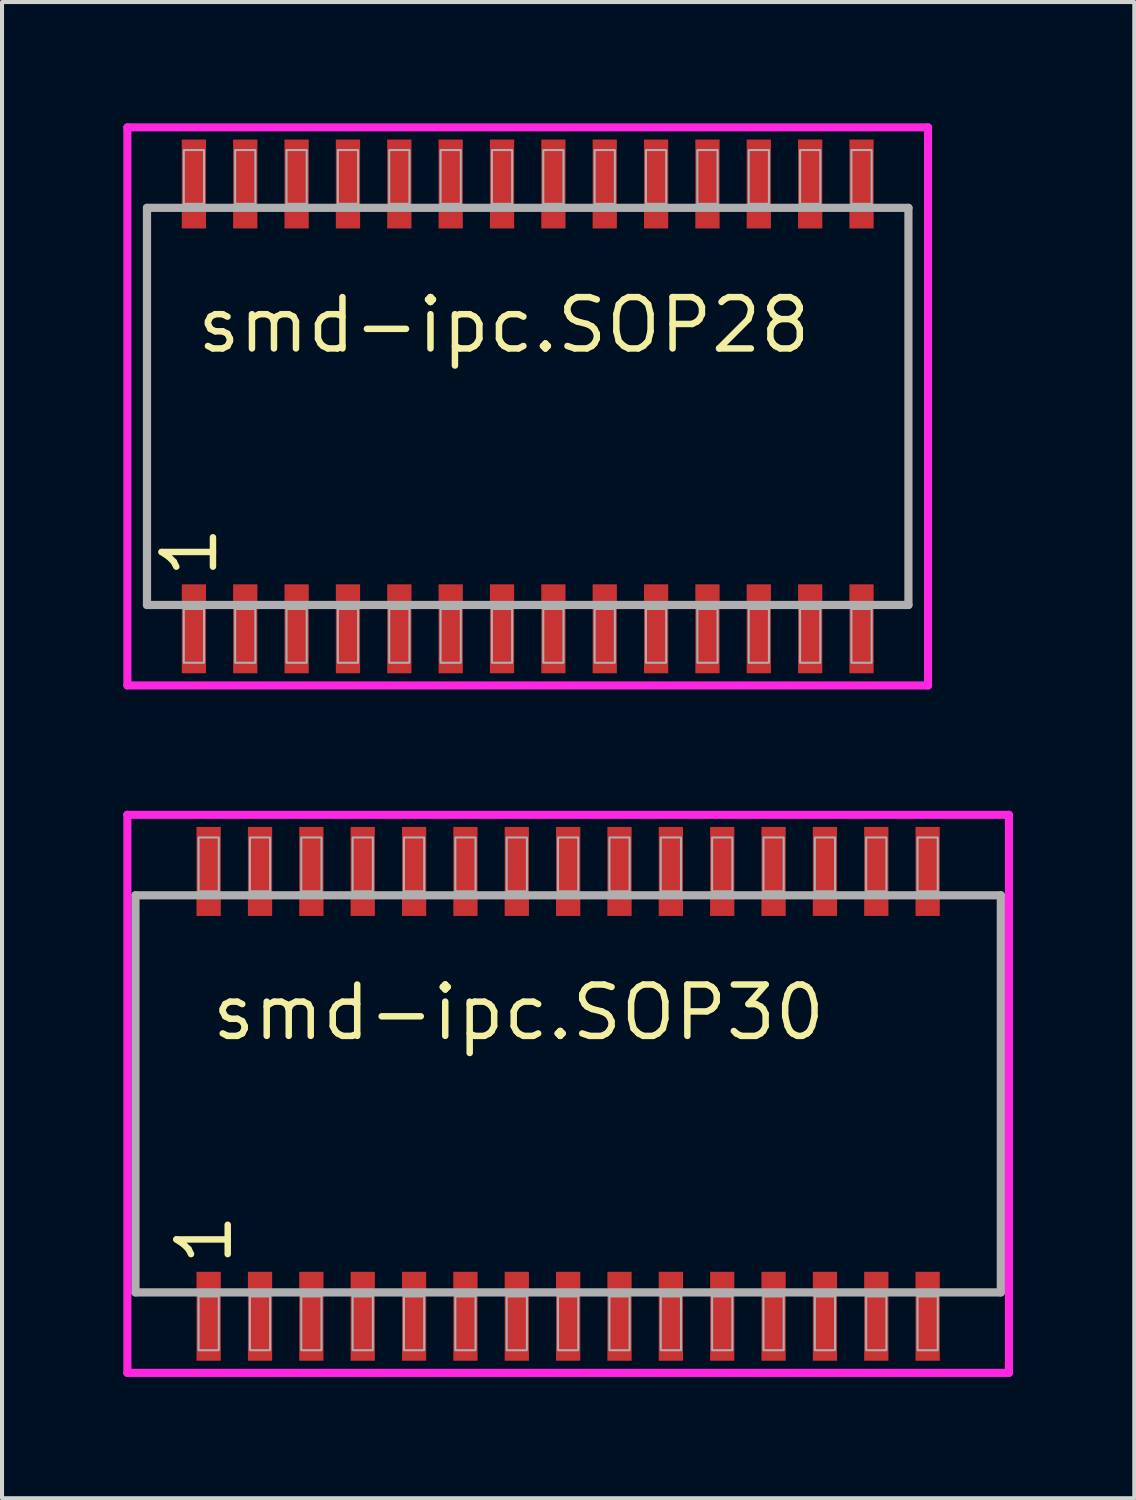
<source format=kicad_pcb>
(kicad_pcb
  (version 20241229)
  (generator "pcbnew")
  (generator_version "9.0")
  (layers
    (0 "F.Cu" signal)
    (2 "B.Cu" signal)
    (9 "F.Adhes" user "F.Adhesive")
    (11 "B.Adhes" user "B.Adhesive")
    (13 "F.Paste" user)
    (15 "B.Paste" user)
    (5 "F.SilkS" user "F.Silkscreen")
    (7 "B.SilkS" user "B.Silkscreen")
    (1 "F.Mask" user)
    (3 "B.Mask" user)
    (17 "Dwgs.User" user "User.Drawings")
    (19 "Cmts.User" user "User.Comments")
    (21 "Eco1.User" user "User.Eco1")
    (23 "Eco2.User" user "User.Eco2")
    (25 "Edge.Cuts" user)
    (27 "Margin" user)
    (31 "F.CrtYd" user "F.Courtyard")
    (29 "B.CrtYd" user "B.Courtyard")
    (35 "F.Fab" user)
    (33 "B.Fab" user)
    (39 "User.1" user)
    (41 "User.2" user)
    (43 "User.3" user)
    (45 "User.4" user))
  (footprint "smd-ipc.SOP30"
    (layer "F.Cu")
    (at 11 24)
    (property "Reference" "smd-ipc.SOP30" (at -8.89 -1.27 0) (layer "F.SilkS") (effects (font (size 1.27 1.27) (thickness 0.16)) (justify left bottom)))
    (attr smd)
    (fp_line (start -10.9 -6.9) (end 10.9 -6.9) (stroke (width 0.2) (type default)) (layer "F.CrtYd"))
    (fp_line (start -10.9 6.9) (end -10.9 -6.9) (stroke (width 0.2) (type default)) (layer "F.CrtYd"))
    (fp_line (start 10.9 -6.9) (end 10.9 6.9) (stroke (width 0.2) (type default)) (layer "F.CrtYd"))
    (fp_line (start 10.9 6.9) (end -10.9 6.9) (stroke (width 0.2) (type default)) (layer "F.CrtYd"))
    (fp_line (start -10.7 -4.91) (end 10.7 -4.91) (stroke (width 0.203) (type default)) (layer "F.Fab"))
    (fp_line (start -10.7 4.91) (end -10.7 -4.91) (stroke (width 0.203) (type default)) (layer "F.Fab"))
    (fp_line (start 10.7 -4.91) (end 10.7 4.91) (stroke (width 0.203) (type default)) (layer "F.Fab"))
    (fp_line (start 10.7 4.91) (end -10.7 4.91) (stroke (width 0.203) (type default)) (layer "F.Fab"))
    (fp_rect (start -9.14 -5.01) (end -8.64 -6.34) (stroke (width 0.05) (type default)) (fill no) (layer "F.Fab"))
    (fp_rect (start -9.14 6.34) (end -8.64 5.01) (stroke (width 0.05) (type default)) (fill no) (layer "F.Fab"))
    (fp_rect (start -7.87 -5.01) (end -7.37 -6.34) (stroke (width 0.05) (type default)) (fill no) (layer "F.Fab"))
    (fp_rect (start -7.87 6.34) (end -7.37 5.01) (stroke (width 0.05) (type default)) (fill no) (layer "F.Fab"))
    (fp_rect (start -6.6 -5.01) (end -6.1 -6.34) (stroke (width 0.05) (type default)) (fill no) (layer "F.Fab"))
    (fp_rect (start -6.6 6.34) (end -6.1 5.01) (stroke (width 0.05) (type default)) (fill no) (layer "F.Fab"))
    (fp_rect (start -5.33 -5.01) (end -4.83 -6.34) (stroke (width 0.05) (type default)) (fill no) (layer "F.Fab"))
    (fp_rect (start -5.33 6.34) (end -4.83 5.01) (stroke (width 0.05) (type default)) (fill no) (layer "F.Fab"))
    (fp_rect (start -4.06 -5.01) (end -3.56 -6.34) (stroke (width 0.05) (type default)) (fill no) (layer "F.Fab"))
    (fp_rect (start -4.06 6.34) (end -3.56 5.01) (stroke (width 0.05) (type default)) (fill no) (layer "F.Fab"))
    (fp_rect (start -2.79 -5.01) (end -2.29 -6.34) (stroke (width 0.05) (type default)) (fill no) (layer "F.Fab"))
    (fp_rect (start -2.79 6.34) (end -2.29 5.01) (stroke (width 0.05) (type default)) (fill no) (layer "F.Fab"))
    (fp_rect (start -1.52 -5.01) (end -1.02 -6.34) (stroke (width 0.05) (type default)) (fill no) (layer "F.Fab"))
    (fp_rect (start -1.52 6.34) (end -1.02 5.01) (stroke (width 0.05) (type default)) (fill no) (layer "F.Fab"))
    (fp_rect (start -0.25 -5.01) (end 0.25 -6.34) (stroke (width 0.05) (type default)) (fill no) (layer "F.Fab"))
    (fp_rect (start -0.25 6.34) (end 0.25 5.01) (stroke (width 0.05) (type default)) (fill no) (layer "F.Fab"))
    (fp_rect (start 1.02 -5.01) (end 1.52 -6.34) (stroke (width 0.05) (type default)) (fill no) (layer "F.Fab"))
    (fp_rect (start 1.02 6.34) (end 1.52 5.01) (stroke (width 0.05) (type default)) (fill no) (layer "F.Fab"))
    (fp_rect (start 2.29 -5.01) (end 2.79 -6.34) (stroke (width 0.05) (type default)) (fill no) (layer "F.Fab"))
    (fp_rect (start 2.29 6.34) (end 2.79 5.01) (stroke (width 0.05) (type default)) (fill no) (layer "F.Fab"))
    (fp_rect (start 3.56 -5.01) (end 4.06 -6.34) (stroke (width 0.05) (type default)) (fill no) (layer "F.Fab"))
    (fp_rect (start 3.56 6.34) (end 4.06 5.01) (stroke (width 0.05) (type default)) (fill no) (layer "F.Fab"))
    (fp_rect (start 4.83 -5.01) (end 5.33 -6.34) (stroke (width 0.05) (type default)) (fill no) (layer "F.Fab"))
    (fp_rect (start 4.83 6.34) (end 5.33 5.01) (stroke (width 0.05) (type default)) (fill no) (layer "F.Fab"))
    (fp_rect (start 6.1 -5.01) (end 6.6 -6.34) (stroke (width 0.05) (type default)) (fill no) (layer "F.Fab"))
    (fp_rect (start 6.1 6.34) (end 6.6 5.01) (stroke (width 0.05) (type default)) (fill no) (layer "F.Fab"))
    (fp_rect (start 7.37 -5.01) (end 7.87 -6.34) (stroke (width 0.05) (type default)) (fill no) (layer "F.Fab"))
    (fp_rect (start 7.37 6.34) (end 7.87 5.01) (stroke (width 0.05) (type default)) (fill no) (layer "F.Fab"))
    (fp_rect (start 8.64 -5.01) (end 9.14 -6.34) (stroke (width 0.05) (type default)) (fill no) (layer "F.Fab"))
    (fp_rect (start 8.64 6.34) (end 9.14 5.01) (stroke (width 0.05) (type default)) (fill no) (layer "F.Fab"))
    (fp_text user "1" (at -8.255 4.31 90) (layer "F.SilkS") (effects (font (size 1.27 1.27) (thickness 0.16)) (justify left bottom)))
    (pad "1" smd roundrect (at -8.89 5.5) (size 0.6 2.2) (layers "F.Cu" "F.Mask" "F.Paste") (roundrect_rratio 0.01))
    (pad "2" smd roundrect (at -7.62 5.5) (size 0.6 2.2) (layers "F.Cu" "F.Mask" "F.Paste") (roundrect_rratio 0.01))
    (pad "3" smd roundrect (at -6.35 5.5) (size 0.6 2.2) (layers "F.Cu" "F.Mask" "F.Paste") (roundrect_rratio 0.01))
    (pad "4" smd roundrect (at -5.08 5.5) (size 0.6 2.2) (layers "F.Cu" "F.Mask" "F.Paste") (roundrect_rratio 0.01))
    (pad "5" smd roundrect (at -3.81 5.5) (size 0.6 2.2) (layers "F.Cu" "F.Mask" "F.Paste") (roundrect_rratio 0.01))
    (pad "6" smd roundrect (at -2.54 5.5) (size 0.6 2.2) (layers "F.Cu" "F.Mask" "F.Paste") (roundrect_rratio 0.01))
    (pad "7" smd roundrect (at -1.27 5.5) (size 0.6 2.2) (layers "F.Cu" "F.Mask" "F.Paste") (roundrect_rratio 0.01))
    (pad "8" smd roundrect (at 0 5.5) (size 0.6 2.2) (layers "F.Cu" "F.Mask" "F.Paste") (roundrect_rratio 0.01))
    (pad "9" smd roundrect (at 1.27 5.5) (size 0.6 2.2) (layers "F.Cu" "F.Mask" "F.Paste") (roundrect_rratio 0.01))
    (pad "10" smd roundrect (at 2.54 5.5) (size 0.6 2.2) (layers "F.Cu" "F.Mask" "F.Paste") (roundrect_rratio 0.01))
    (pad "11" smd roundrect (at 3.81 5.5) (size 0.6 2.2) (layers "F.Cu" "F.Mask" "F.Paste") (roundrect_rratio 0.01))
    (pad "12" smd roundrect (at 5.08 5.5) (size 0.6 2.2) (layers "F.Cu" "F.Mask" "F.Paste") (roundrect_rratio 0.01))
    (pad "13" smd roundrect (at 6.35 5.5) (size 0.6 2.2) (layers "F.Cu" "F.Mask" "F.Paste") (roundrect_rratio 0.01))
    (pad "14" smd roundrect (at 7.62 5.5) (size 0.6 2.2) (layers "F.Cu" "F.Mask" "F.Paste") (roundrect_rratio 0.01))
    (pad "15" smd roundrect (at 8.89 5.5) (size 0.6 2.2) (layers "F.Cu" "F.Mask" "F.Paste") (roundrect_rratio 0.01))
    (pad "16" smd roundrect (at 8.89 -5.5) (size 0.6 2.2) (layers "F.Cu" "F.Mask" "F.Paste") (roundrect_rratio 0.01))
    (pad "17" smd roundrect (at 7.62 -5.5) (size 0.6 2.2) (layers "F.Cu" "F.Mask" "F.Paste") (roundrect_rratio 0.01))
    (pad "18" smd roundrect (at 6.35 -5.5) (size 0.6 2.2) (layers "F.Cu" "F.Mask" "F.Paste") (roundrect_rratio 0.01))
    (pad "19" smd roundrect (at 5.08 -5.5) (size 0.6 2.2) (layers "F.Cu" "F.Mask" "F.Paste") (roundrect_rratio 0.01))
    (pad "20" smd roundrect (at 3.81 -5.5) (size 0.6 2.2) (layers "F.Cu" "F.Mask" "F.Paste") (roundrect_rratio 0.01))
    (pad "21" smd roundrect (at 2.54 -5.5) (size 0.6 2.2) (layers "F.Cu" "F.Mask" "F.Paste") (roundrect_rratio 0.01))
    (pad "22" smd roundrect (at 1.27 -5.5) (size 0.6 2.2) (layers "F.Cu" "F.Mask" "F.Paste") (roundrect_rratio 0.01))
    (pad "23" smd roundrect (at 0 -5.5) (size 0.6 2.2) (layers "F.Cu" "F.Mask" "F.Paste") (roundrect_rratio 0.01))
    (pad "24" smd roundrect (at -1.27 -5.5) (size 0.6 2.2) (layers "F.Cu" "F.Mask" "F.Paste") (roundrect_rratio 0.01))
    (pad "25" smd roundrect (at -2.54 -5.5) (size 0.6 2.2) (layers "F.Cu" "F.Mask" "F.Paste") (roundrect_rratio 0.01))
    (pad "26" smd roundrect (at -3.81 -5.5) (size 0.6 2.2) (layers "F.Cu" "F.Mask" "F.Paste") (roundrect_rratio 0.01))
    (pad "27" smd roundrect (at -5.08 -5.5) (size 0.6 2.2) (layers "F.Cu" "F.Mask" "F.Paste") (roundrect_rratio 0.01))
    (pad "28" smd roundrect (at -6.35 -5.5) (size 0.6 2.2) (layers "F.Cu" "F.Mask" "F.Paste") (roundrect_rratio 0.01))
    (pad "29" smd roundrect (at -7.62 -5.5) (size 0.6 2.2) (layers "F.Cu" "F.Mask" "F.Paste") (roundrect_rratio 0.01))
    (pad "30" smd roundrect (at -8.89 -5.5) (size 0.6 2.2) (layers "F.Cu" "F.Mask" "F.Paste") (roundrect_rratio 0.01)))
  (footprint "smd-ipc.SOP28"
    (layer "F.Cu")
    (at 10 7)
    (property "Reference" "smd-ipc.SOP28" (at -8.255 -1.27 0) (layer "F.SilkS") (effects (font (size 1.27 1.27) (thickness 0.16)) (justify left bottom)))
    (attr smd)
    (fp_line (start -9.9 -6.9) (end 9.9 -6.9) (stroke (width 0.2) (type default)) (layer "F.CrtYd"))
    (fp_line (start -9.9 6.9) (end -9.9 -6.9) (stroke (width 0.2) (type default)) (layer "F.CrtYd"))
    (fp_line (start 9.9 -6.9) (end 9.9 6.9) (stroke (width 0.2) (type default)) (layer "F.CrtYd"))
    (fp_line (start 9.9 6.9) (end -9.9 6.9) (stroke (width 0.2) (type default)) (layer "F.CrtYd"))
    (fp_line (start -9.415 -4.91) (end 9.415 -4.91) (stroke (width 0.203) (type default)) (layer "F.Fab"))
    (fp_line (start -9.415 4.91) (end -9.415 -4.91) (stroke (width 0.203) (type default)) (layer "F.Fab"))
    (fp_line (start 9.415 -4.91) (end 9.415 4.91) (stroke (width 0.203) (type default)) (layer "F.Fab"))
    (fp_line (start 9.415 4.91) (end -9.415 4.91) (stroke (width 0.203) (type default)) (layer "F.Fab"))
    (fp_rect (start -8.505 -5.01) (end -8.005 -6.34) (stroke (width 0.05) (type default)) (fill no) (layer "F.Fab"))
    (fp_rect (start -8.505 6.34) (end -8.005 5.01) (stroke (width 0.05) (type default)) (fill no) (layer "F.Fab"))
    (fp_rect (start -7.235 -5.01) (end -6.735 -6.34) (stroke (width 0.05) (type default)) (fill no) (layer "F.Fab"))
    (fp_rect (start -7.235 6.34) (end -6.735 5.01) (stroke (width 0.05) (type default)) (fill no) (layer "F.Fab"))
    (fp_rect (start -5.965 -5.01) (end -5.465 -6.34) (stroke (width 0.05) (type default)) (fill no) (layer "F.Fab"))
    (fp_rect (start -5.965 6.34) (end -5.465 5.01) (stroke (width 0.05) (type default)) (fill no) (layer "F.Fab"))
    (fp_rect (start -4.695 -5.01) (end -4.195 -6.34) (stroke (width 0.05) (type default)) (fill no) (layer "F.Fab"))
    (fp_rect (start -4.695 6.34) (end -4.195 5.01) (stroke (width 0.05) (type default)) (fill no) (layer "F.Fab"))
    (fp_rect (start -3.425 -5.01) (end -2.925 -6.34) (stroke (width 0.05) (type default)) (fill no) (layer "F.Fab"))
    (fp_rect (start -3.425 6.34) (end -2.925 5.01) (stroke (width 0.05) (type default)) (fill no) (layer "F.Fab"))
    (fp_rect (start -2.155 -5.01) (end -1.655 -6.34) (stroke (width 0.05) (type default)) (fill no) (layer "F.Fab"))
    (fp_rect (start -2.155 6.34) (end -1.655 5.01) (stroke (width 0.05) (type default)) (fill no) (layer "F.Fab"))
    (fp_rect (start -0.885 -5.01) (end -0.385 -6.34) (stroke (width 0.05) (type default)) (fill no) (layer "F.Fab"))
    (fp_rect (start -0.885 6.34) (end -0.385 5.01) (stroke (width 0.05) (type default)) (fill no) (layer "F.Fab"))
    (fp_rect (start 0.385 -5.01) (end 0.885 -6.34) (stroke (width 0.05) (type default)) (fill no) (layer "F.Fab"))
    (fp_rect (start 0.385 6.34) (end 0.885 5.01) (stroke (width 0.05) (type default)) (fill no) (layer "F.Fab"))
    (fp_rect (start 1.655 -5.01) (end 2.155 -6.34) (stroke (width 0.05) (type default)) (fill no) (layer "F.Fab"))
    (fp_rect (start 1.655 6.34) (end 2.155 5.01) (stroke (width 0.05) (type default)) (fill no) (layer "F.Fab"))
    (fp_rect (start 2.925 -5.01) (end 3.425 -6.34) (stroke (width 0.05) (type default)) (fill no) (layer "F.Fab"))
    (fp_rect (start 2.925 6.34) (end 3.425 5.01) (stroke (width 0.05) (type default)) (fill no) (layer "F.Fab"))
    (fp_rect (start 4.195 -5.01) (end 4.695 -6.34) (stroke (width 0.05) (type default)) (fill no) (layer "F.Fab"))
    (fp_rect (start 4.195 6.34) (end 4.695 5.01) (stroke (width 0.05) (type default)) (fill no) (layer "F.Fab"))
    (fp_rect (start 5.465 -5.01) (end 5.965 -6.34) (stroke (width 0.05) (type default)) (fill no) (layer "F.Fab"))
    (fp_rect (start 5.465 6.34) (end 5.965 5.01) (stroke (width 0.05) (type default)) (fill no) (layer "F.Fab"))
    (fp_rect (start 6.735 -5.01) (end 7.235 -6.34) (stroke (width 0.05) (type default)) (fill no) (layer "F.Fab"))
    (fp_rect (start 6.735 6.34) (end 7.235 5.01) (stroke (width 0.05) (type default)) (fill no) (layer "F.Fab"))
    (fp_rect (start 8.005 -5.01) (end 8.505 -6.34) (stroke (width 0.05) (type default)) (fill no) (layer "F.Fab"))
    (fp_rect (start 8.005 6.34) (end 8.505 5.01) (stroke (width 0.05) (type default)) (fill no) (layer "F.Fab"))
    (fp_text user "1" (at -7.62 4.31 90) (layer "F.SilkS") (effects (font (size 1.27 1.27) (thickness 0.16)) (justify left bottom)))
    (pad "1" smd roundrect (at -8.255 5.5) (size 0.6 2.2) (layers "F.Cu" "F.Mask" "F.Paste") (roundrect_rratio 0.01))
    (pad "2" smd roundrect (at -6.985 5.5) (size 0.6 2.2) (layers "F.Cu" "F.Mask" "F.Paste") (roundrect_rratio 0.01))
    (pad "3" smd roundrect (at -5.715 5.5) (size 0.6 2.2) (layers "F.Cu" "F.Mask" "F.Paste") (roundrect_rratio 0.01))
    (pad "4" smd roundrect (at -4.445 5.5) (size 0.6 2.2) (layers "F.Cu" "F.Mask" "F.Paste") (roundrect_rratio 0.01))
    (pad "5" smd roundrect (at -3.175 5.5) (size 0.6 2.2) (layers "F.Cu" "F.Mask" "F.Paste") (roundrect_rratio 0.01))
    (pad "6" smd roundrect (at -1.905 5.5) (size 0.6 2.2) (layers "F.Cu" "F.Mask" "F.Paste") (roundrect_rratio 0.01))
    (pad "7" smd roundrect (at -0.635 5.5) (size 0.6 2.2) (layers "F.Cu" "F.Mask" "F.Paste") (roundrect_rratio 0.01))
    (pad "8" smd roundrect (at 0.635 5.5) (size 0.6 2.2) (layers "F.Cu" "F.Mask" "F.Paste") (roundrect_rratio 0.01))
    (pad "9" smd roundrect (at 1.905 5.5) (size 0.6 2.2) (layers "F.Cu" "F.Mask" "F.Paste") (roundrect_rratio 0.01))
    (pad "10" smd roundrect (at 3.175 5.5) (size 0.6 2.2) (layers "F.Cu" "F.Mask" "F.Paste") (roundrect_rratio 0.01))
    (pad "11" smd roundrect (at 4.445 5.5) (size 0.6 2.2) (layers "F.Cu" "F.Mask" "F.Paste") (roundrect_rratio 0.01))
    (pad "12" smd roundrect (at 5.715 5.5) (size 0.6 2.2) (layers "F.Cu" "F.Mask" "F.Paste") (roundrect_rratio 0.01))
    (pad "13" smd roundrect (at 6.985 5.5) (size 0.6 2.2) (layers "F.Cu" "F.Mask" "F.Paste") (roundrect_rratio 0.01))
    (pad "14" smd roundrect (at 8.255 5.5) (size 0.6 2.2) (layers "F.Cu" "F.Mask" "F.Paste") (roundrect_rratio 0.01))
    (pad "15" smd roundrect (at 8.255 -5.5) (size 0.6 2.2) (layers "F.Cu" "F.Mask" "F.Paste") (roundrect_rratio 0.01))
    (pad "16" smd roundrect (at 6.985 -5.5) (size 0.6 2.2) (layers "F.Cu" "F.Mask" "F.Paste") (roundrect_rratio 0.01))
    (pad "17" smd roundrect (at 5.715 -5.5) (size 0.6 2.2) (layers "F.Cu" "F.Mask" "F.Paste") (roundrect_rratio 0.01))
    (pad "18" smd roundrect (at 4.445 -5.5) (size 0.6 2.2) (layers "F.Cu" "F.Mask" "F.Paste") (roundrect_rratio 0.01))
    (pad "19" smd roundrect (at 3.175 -5.5) (size 0.6 2.2) (layers "F.Cu" "F.Mask" "F.Paste") (roundrect_rratio 0.01))
    (pad "20" smd roundrect (at 1.905 -5.5) (size 0.6 2.2) (layers "F.Cu" "F.Mask" "F.Paste") (roundrect_rratio 0.01))
    (pad "21" smd roundrect (at 0.635 -5.5) (size 0.6 2.2) (layers "F.Cu" "F.Mask" "F.Paste") (roundrect_rratio 0.01))
    (pad "22" smd roundrect (at -0.635 -5.5) (size 0.6 2.2) (layers "F.Cu" "F.Mask" "F.Paste") (roundrect_rratio 0.01))
    (pad "23" smd roundrect (at -1.905 -5.5) (size 0.6 2.2) (layers "F.Cu" "F.Mask" "F.Paste") (roundrect_rratio 0.01))
    (pad "24" smd roundrect (at -3.175 -5.5) (size 0.6 2.2) (layers "F.Cu" "F.Mask" "F.Paste") (roundrect_rratio 0.01))
    (pad "25" smd roundrect (at -4.445 -5.5) (size 0.6 2.2) (layers "F.Cu" "F.Mask" "F.Paste") (roundrect_rratio 0.01))
    (pad "26" smd roundrect (at -5.715 -5.5) (size 0.6 2.2) (layers "F.Cu" "F.Mask" "F.Paste") (roundrect_rratio 0.01))
    (pad "27" smd roundrect (at -6.985 -5.5) (size 0.6 2.2) (layers "F.Cu" "F.Mask" "F.Paste") (roundrect_rratio 0.01))
    (pad "28" smd roundrect (at -8.255 -5.5) (size 0.6 2.2) (layers "F.Cu" "F.Mask" "F.Paste") (roundrect_rratio 0.01)))
  (gr_rect
    (start -3 -3)
    (end 25 34)
    (stroke (width 0.1) (type default))
    (fill no)
    (layer "Edge.Cuts")))
</source>
